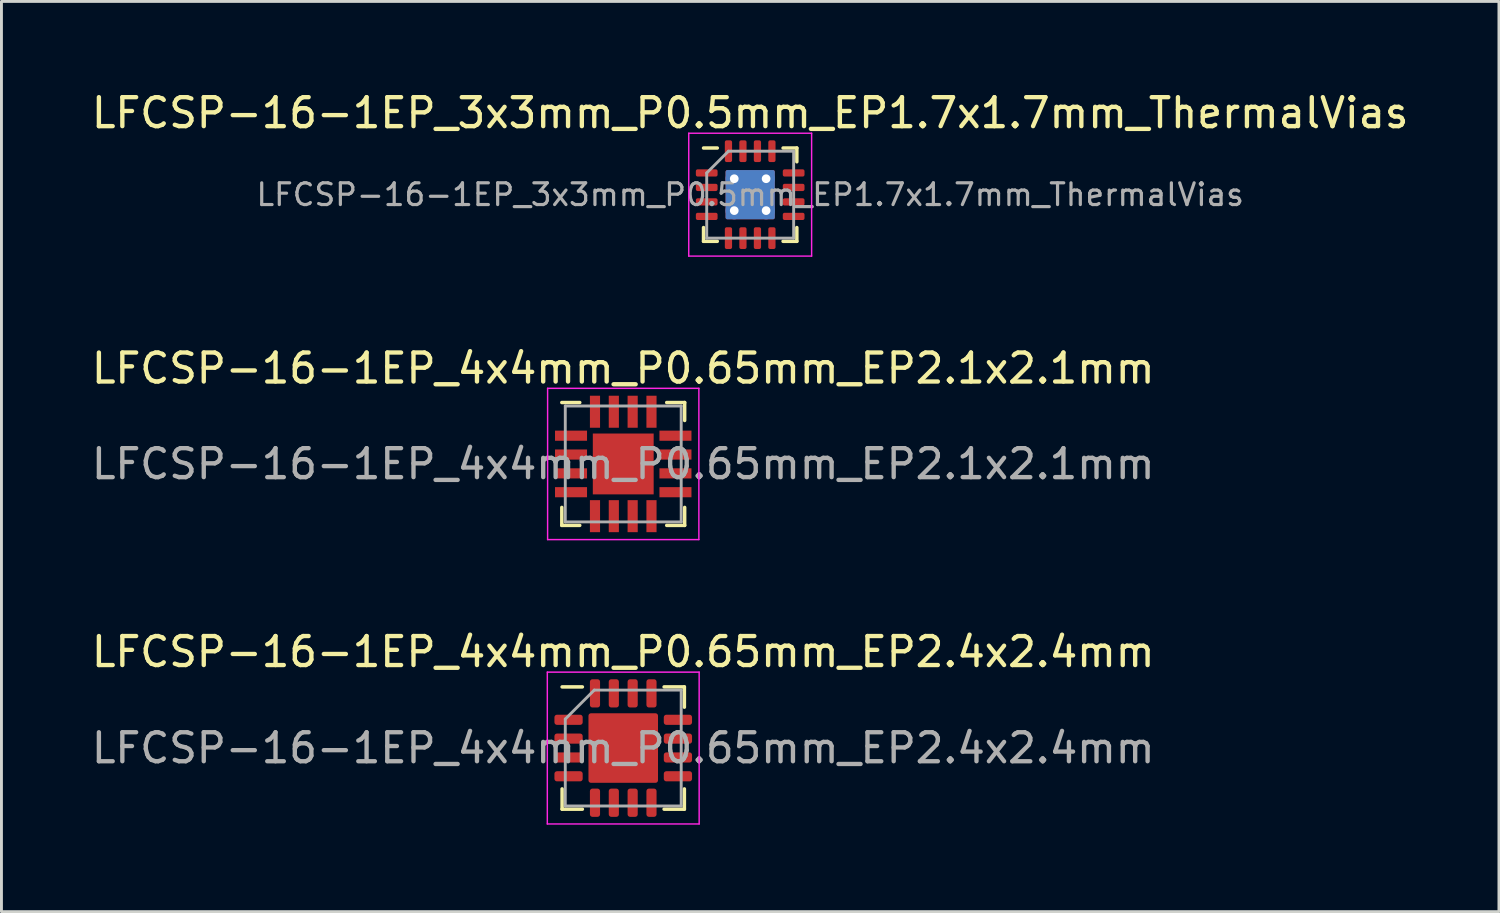
<source format=kicad_pcb>
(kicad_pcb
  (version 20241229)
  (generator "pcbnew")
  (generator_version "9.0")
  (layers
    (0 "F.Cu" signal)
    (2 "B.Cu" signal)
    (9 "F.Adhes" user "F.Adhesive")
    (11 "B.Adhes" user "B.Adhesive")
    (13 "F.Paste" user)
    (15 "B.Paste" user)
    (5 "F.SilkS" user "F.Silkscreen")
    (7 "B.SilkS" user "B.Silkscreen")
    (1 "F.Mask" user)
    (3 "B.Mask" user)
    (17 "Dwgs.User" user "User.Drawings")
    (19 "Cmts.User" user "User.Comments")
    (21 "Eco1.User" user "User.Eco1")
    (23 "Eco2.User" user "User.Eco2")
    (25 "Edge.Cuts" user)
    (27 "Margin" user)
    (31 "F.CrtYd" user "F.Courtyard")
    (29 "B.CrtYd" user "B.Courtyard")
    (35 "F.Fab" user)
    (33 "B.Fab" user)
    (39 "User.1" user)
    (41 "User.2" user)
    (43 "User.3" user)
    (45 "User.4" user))
  (footprint "LFCSP-16-1EP_4x4mm_P0.65mm_EP2.4x2.4mm"
    (layer "F.Cu")
    (at 18.458 22.765)
    (property "Reference" "LFCSP-16-1EP_4x4mm_P0.65mm_EP2.4x2.4mm" (at 0 -3.32 0) (layer "F.SilkS") (effects (font (size 1 1) (thickness 0.15))))
    (attr smd)
    (fp_line (start -2.11 2.11) (end -2.11 1.41) (stroke (width 0.12) (type solid)) (layer "F.SilkS"))
    (fp_line (start -1.41 -2.11) (end -2.11 -2.11) (stroke (width 0.12) (type solid)) (layer "F.SilkS"))
    (fp_line (start -1.41 2.11) (end -2.11 2.11) (stroke (width 0.12) (type solid)) (layer "F.SilkS"))
    (fp_line (start 1.41 -2.11) (end 2.11 -2.11) (stroke (width 0.12) (type solid)) (layer "F.SilkS"))
    (fp_line (start 1.41 2.11) (end 2.11 2.11) (stroke (width 0.12) (type solid)) (layer "F.SilkS"))
    (fp_line (start 2.11 -2.11) (end 2.11 -1.41) (stroke (width 0.12) (type solid)) (layer "F.SilkS"))
    (fp_line (start 2.11 2.11) (end 2.11 1.41) (stroke (width 0.12) (type solid)) (layer "F.SilkS"))
    (fp_line (start -2.62 -2.62) (end -2.62 2.62) (stroke (width 0.05) (type solid)) (layer "F.CrtYd"))
    (fp_line (start -2.62 2.62) (end 2.62 2.62) (stroke (width 0.05) (type solid)) (layer "F.CrtYd"))
    (fp_line (start 2.62 -2.62) (end -2.62 -2.62) (stroke (width 0.05) (type solid)) (layer "F.CrtYd"))
    (fp_line (start 2.62 2.62) (end 2.62 -2.62) (stroke (width 0.05) (type solid)) (layer "F.CrtYd"))
    (fp_line (start -2 -1) (end -1 -2) (stroke (width 0.1) (type solid)) (layer "F.Fab"))
    (fp_line (start -2 2) (end -2 -1) (stroke (width 0.1) (type solid)) (layer "F.Fab"))
    (fp_line (start -1 -2) (end 2 -2) (stroke (width 0.1) (type solid)) (layer "F.Fab"))
    (fp_line (start 2 -2) (end 2 2) (stroke (width 0.1) (type solid)) (layer "F.Fab"))
    (fp_line (start 2 2) (end -2 2) (stroke (width 0.1) (type solid)) (layer "F.Fab"))
    (fp_text user "${REFERENCE}" (at 0 0 0) (layer "F.Fab") (effects (font (size 1 1) (thickness 0.15))))
    (pad "" smd roundrect (at -0.6 -0.6) (size 0.97 0.97) (layers "F.Paste") (roundrect_rratio 0.25))
    (pad "" smd roundrect (at -0.6 0.6) (size 0.97 0.97) (layers "F.Paste") (roundrect_rratio 0.25))
    (pad "" smd roundrect (at 0.6 -0.6) (size 0.97 0.97) (layers "F.Paste") (roundrect_rratio 0.25))
    (pad "" smd roundrect (at 0.6 0.6) (size 0.97 0.97) (layers "F.Paste") (roundrect_rratio 0.25))
    (pad "1" smd roundrect (at -1.887 -0.975) (size 0.975 0.35) (layers "F.Cu" "F.Mask" "F.Paste") (roundrect_rratio 0.25))
    (pad "2" smd roundrect (at -1.887 -0.325) (size 0.975 0.35) (layers "F.Cu" "F.Mask" "F.Paste") (roundrect_rratio 0.25))
    (pad "3" smd roundrect (at -1.887 0.325) (size 0.975 0.35) (layers "F.Cu" "F.Mask" "F.Paste") (roundrect_rratio 0.25))
    (pad "4" smd roundrect (at -1.887 0.975) (size 0.975 0.35) (layers "F.Cu" "F.Mask" "F.Paste") (roundrect_rratio 0.25))
    (pad "5" smd roundrect (at -0.975 1.887) (size 0.35 0.975) (layers "F.Cu" "F.Mask" "F.Paste") (roundrect_rratio 0.25))
    (pad "6" smd roundrect (at -0.325 1.887) (size 0.35 0.975) (layers "F.Cu" "F.Mask" "F.Paste") (roundrect_rratio 0.25))
    (pad "7" smd roundrect (at 0.325 1.887) (size 0.35 0.975) (layers "F.Cu" "F.Mask" "F.Paste") (roundrect_rratio 0.25))
    (pad "8" smd roundrect (at 0.975 1.887) (size 0.35 0.975) (layers "F.Cu" "F.Mask" "F.Paste") (roundrect_rratio 0.25))
    (pad "9" smd roundrect (at 1.887 0.975) (size 0.975 0.35) (layers "F.Cu" "F.Mask" "F.Paste") (roundrect_rratio 0.25))
    (pad "10" smd roundrect (at 1.887 0.325) (size 0.975 0.35) (layers "F.Cu" "F.Mask" "F.Paste") (roundrect_rratio 0.25))
    (pad "11" smd roundrect (at 1.887 -0.325) (size 0.975 0.35) (layers "F.Cu" "F.Mask" "F.Paste") (roundrect_rratio 0.25))
    (pad "12" smd roundrect (at 1.887 -0.975) (size 0.975 0.35) (layers "F.Cu" "F.Mask" "F.Paste") (roundrect_rratio 0.25))
    (pad "13" smd roundrect (at 0.975 -1.887) (size 0.35 0.975) (layers "F.Cu" "F.Mask" "F.Paste") (roundrect_rratio 0.25))
    (pad "14" smd roundrect (at 0.325 -1.887) (size 0.35 0.975) (layers "F.Cu" "F.Mask" "F.Paste") (roundrect_rratio 0.25))
    (pad "15" smd roundrect (at -0.325 -1.887) (size 0.35 0.975) (layers "F.Cu" "F.Mask" "F.Paste") (roundrect_rratio 0.25))
    (pad "16" smd roundrect (at -0.975 -1.887) (size 0.35 0.975) (layers "F.Cu" "F.Mask" "F.Paste") (roundrect_rratio 0.25))
    (pad "17" smd roundrect (at 0 0) (size 2.4 2.4) (layers "F.Cu" "F.Mask") (roundrect_rratio 0.036)))
  (footprint "LFCSP-16-1EP_3x3mm_P0.5mm_EP1.7x1.7mm_ThermalVias"
    (layer "F.Cu")
    (at 22.839 3.668)
    (property "Reference" "LFCSP-16-1EP_3x3mm_P0.5mm_EP1.7x1.7mm_ThermalVias" (at 0 -2.82 0) (layer "F.SilkS") (effects (font (size 1 1) (thickness 0.15))))
    (attr smd)
    (fp_line (start -1.61 1.61) (end -1.61 1.135) (stroke (width 0.12) (type solid)) (layer "F.SilkS"))
    (fp_line (start -1.135 -1.61) (end -1.61 -1.61) (stroke (width 0.12) (type solid)) (layer "F.SilkS"))
    (fp_line (start -1.135 1.61) (end -1.61 1.61) (stroke (width 0.12) (type solid)) (layer "F.SilkS"))
    (fp_line (start 1.135 -1.61) (end 1.61 -1.61) (stroke (width 0.12) (type solid)) (layer "F.SilkS"))
    (fp_line (start 1.135 1.61) (end 1.61 1.61) (stroke (width 0.12) (type solid)) (layer "F.SilkS"))
    (fp_line (start 1.61 -1.61) (end 1.61 -1.135) (stroke (width 0.12) (type solid)) (layer "F.SilkS"))
    (fp_line (start 1.61 1.61) (end 1.61 1.135) (stroke (width 0.12) (type solid)) (layer "F.SilkS"))
    (fp_line (start -2.12 -2.12) (end -2.12 2.12) (stroke (width 0.05) (type solid)) (layer "F.CrtYd"))
    (fp_line (start -2.12 2.12) (end 2.12 2.12) (stroke (width 0.05) (type solid)) (layer "F.CrtYd"))
    (fp_line (start 2.12 -2.12) (end -2.12 -2.12) (stroke (width 0.05) (type solid)) (layer "F.CrtYd"))
    (fp_line (start 2.12 2.12) (end 2.12 -2.12) (stroke (width 0.05) (type solid)) (layer "F.CrtYd"))
    (fp_line (start -1.5 -0.75) (end -0.75 -1.5) (stroke (width 0.1) (type solid)) (layer "F.Fab"))
    (fp_line (start -1.5 1.5) (end -1.5 -0.75) (stroke (width 0.1) (type solid)) (layer "F.Fab"))
    (fp_line (start -0.75 -1.5) (end 1.5 -1.5) (stroke (width 0.1) (type solid)) (layer "F.Fab"))
    (fp_line (start 1.5 -1.5) (end 1.5 1.5) (stroke (width 0.1) (type solid)) (layer "F.Fab"))
    (fp_line (start 1.5 1.5) (end -1.5 1.5) (stroke (width 0.1) (type solid)) (layer "F.Fab"))
    (fp_text user "${REFERENCE}" (at 0 0 0) (layer "F.Fab") (effects (font (size 0.75 0.75) (thickness 0.11))))
    (pad "" smd roundrect (at -0.425 -0.425) (size 0.74 0.74) (layers "F.Paste") (roundrect_rratio 0.25))
    (pad "" smd roundrect (at -0.425 0.425) (size 0.74 0.74) (layers "F.Paste") (roundrect_rratio 0.25))
    (pad "" smd roundrect (at 0.425 -0.425) (size 0.74 0.74) (layers "F.Paste") (roundrect_rratio 0.25))
    (pad "" smd roundrect (at 0.425 0.425) (size 0.74 0.74) (layers "F.Paste") (roundrect_rratio 0.25))
    (pad "1" smd roundrect (at -1.5 -0.75) (size 0.75 0.25) (layers "F.Cu" "F.Mask" "F.Paste") (roundrect_rratio 0.25))
    (pad "2" smd roundrect (at -1.5 -0.25) (size 0.75 0.25) (layers "F.Cu" "F.Mask" "F.Paste") (roundrect_rratio 0.25))
    (pad "3" smd roundrect (at -1.5 0.25) (size 0.75 0.25) (layers "F.Cu" "F.Mask" "F.Paste") (roundrect_rratio 0.25))
    (pad "4" smd roundrect (at -1.5 0.75) (size 0.75 0.25) (layers "F.Cu" "F.Mask" "F.Paste") (roundrect_rratio 0.25))
    (pad "5" smd roundrect (at -0.75 1.5) (size 0.25 0.75) (layers "F.Cu" "F.Mask" "F.Paste") (roundrect_rratio 0.25))
    (pad "6" smd roundrect (at -0.25 1.5) (size 0.25 0.75) (layers "F.Cu" "F.Mask" "F.Paste") (roundrect_rratio 0.25))
    (pad "7" smd roundrect (at 0.25 1.5) (size 0.25 0.75) (layers "F.Cu" "F.Mask" "F.Paste") (roundrect_rratio 0.25))
    (pad "8" smd roundrect (at 0.75 1.5) (size 0.25 0.75) (layers "F.Cu" "F.Mask" "F.Paste") (roundrect_rratio 0.25))
    (pad "9" smd roundrect (at 1.5 0.75) (size 0.75 0.25) (layers "F.Cu" "F.Mask" "F.Paste") (roundrect_rratio 0.25))
    (pad "10" smd roundrect (at 1.5 0.25) (size 0.75 0.25) (layers "F.Cu" "F.Mask" "F.Paste") (roundrect_rratio 0.25))
    (pad "11" smd roundrect (at 1.5 -0.25) (size 0.75 0.25) (layers "F.Cu" "F.Mask" "F.Paste") (roundrect_rratio 0.25))
    (pad "12" smd roundrect (at 1.5 -0.75) (size 0.75 0.25) (layers "F.Cu" "F.Mask" "F.Paste") (roundrect_rratio 0.25))
    (pad "13" smd roundrect (at 0.75 -1.5) (size 0.25 0.75) (layers "F.Cu" "F.Mask" "F.Paste") (roundrect_rratio 0.25))
    (pad "14" smd roundrect (at 0.25 -1.5) (size 0.25 0.75) (layers "F.Cu" "F.Mask" "F.Paste") (roundrect_rratio 0.25))
    (pad "15" smd roundrect (at -0.25 -1.5) (size 0.25 0.75) (layers "F.Cu" "F.Mask" "F.Paste") (roundrect_rratio 0.25))
    (pad "16" smd roundrect (at -0.75 -1.5) (size 0.25 0.75) (layers "F.Cu" "F.Mask" "F.Paste") (roundrect_rratio 0.25))
    (pad "17" thru_hole circle (at -0.55 -0.55) (size 0.6 0.6) (drill 0.3) (layers "*.Cu"))
    (pad "17" thru_hole circle (at -0.55 0.55) (size 0.6 0.6) (drill 0.3) (layers "*.Cu"))
    (pad "17" smd roundrect (at 0 0) (size 1.7 1.7) (layers "F.Cu" "F.Mask") (roundrect_rratio 0.037))
    (pad "17" smd roundrect (at 0 0) (size 1.7 1.7) (layers "B.Cu") (roundrect_rratio 0.037))
    (pad "17" thru_hole circle (at 0.55 -0.55) (size 0.6 0.6) (drill 0.3) (layers "*.Cu"))
    (pad "17" thru_hole circle (at 0.55 0.55) (size 0.6 0.6) (drill 0.3) (layers "*.Cu")))
  (footprint "LFCSP-16-1EP_4x4mm_P0.65mm_EP2.1x2.1mm"
    (layer "F.Cu")
    (at 18.458 12.961)
    (property "Reference" "LFCSP-16-1EP_4x4mm_P0.65mm_EP2.1x2.1mm" (at 0 -3.3 0) (layer "F.SilkS") (effects (font (size 1 1) (thickness 0.15))))
    (attr smd)
    (fp_line (start -2.12 2.12) (end -2.12 1.5) (stroke (width 0.12) (type solid)) (layer "F.SilkS"))
    (fp_line (start -1.5 -2.12) (end -2.12 -2.12) (stroke (width 0.12) (type solid)) (layer "F.SilkS"))
    (fp_line (start -1.5 2.12) (end -2.12 2.12) (stroke (width 0.12) (type solid)) (layer "F.SilkS"))
    (fp_line (start 1.5 -2.12) (end 2.12 -2.12) (stroke (width 0.12) (type solid)) (layer "F.SilkS"))
    (fp_line (start 1.5 2.12) (end 2.12 2.12) (stroke (width 0.12) (type solid)) (layer "F.SilkS"))
    (fp_line (start 2.12 -2.12) (end 2.12 -1.5) (stroke (width 0.12) (type solid)) (layer "F.SilkS"))
    (fp_line (start 2.12 2.12) (end 2.12 1.5) (stroke (width 0.12) (type solid)) (layer "F.SilkS"))
    (fp_line (start -2.61 -2.61) (end 2.61 -2.61) (stroke (width 0.05) (type solid)) (layer "F.CrtYd"))
    (fp_line (start -2.61 2.61) (end -2.61 -2.61) (stroke (width 0.05) (type solid)) (layer "F.CrtYd"))
    (fp_line (start 2.61 -2.61) (end 2.61 2.61) (stroke (width 0.05) (type solid)) (layer "F.CrtYd"))
    (fp_line (start 2.61 2.61) (end -2.61 2.61) (stroke (width 0.05) (type solid)) (layer "F.CrtYd"))
    (fp_line (start -2 -2) (end 2 -2) (stroke (width 0.1) (type solid)) (layer "F.Fab"))
    (fp_line (start -2 2) (end -2 -2) (stroke (width 0.1) (type solid)) (layer "F.Fab"))
    (fp_line (start 2 -2) (end 2 2) (stroke (width 0.1) (type solid)) (layer "F.Fab"))
    (fp_line (start 2 2) (end -2 2) (stroke (width 0.1) (type solid)) (layer "F.Fab"))
    (fp_text user "${REFERENCE}" (at 0 0 0) (layer "F.Fab") (effects (font (size 1 1) (thickness 0.15))))
    (pad "" smd rect (at -0.525 -0.525) (size 0.9 0.9) (layers "F.Paste"))
    (pad "" smd rect (at -0.525 0.525) (size 0.9 0.9) (layers "F.Paste"))
    (pad "" smd rect (at 0.525 -0.525) (size 0.9 0.9) (layers "F.Paste"))
    (pad "" smd rect (at 0.525 0.525) (size 0.9 0.9) (layers "F.Paste"))
    (pad "1" smd rect (at -1.802 -0.975) (size 1.105 0.35) (layers "F.Cu" "F.Mask" "F.Paste"))
    (pad "2" smd rect (at -1.802 -0.325) (size 1.105 0.35) (layers "F.Cu" "F.Mask" "F.Paste"))
    (pad "3" smd rect (at -1.802 0.325) (size 1.105 0.35) (layers "F.Cu" "F.Mask" "F.Paste"))
    (pad "4" smd rect (at -1.802 0.975) (size 1.105 0.35) (layers "F.Cu" "F.Mask" "F.Paste"))
    (pad "5" smd rect (at -0.975 1.802) (size 0.35 1.105) (layers "F.Cu" "F.Mask" "F.Paste"))
    (pad "6" smd rect (at -0.325 1.802) (size 0.35 1.105) (layers "F.Cu" "F.Mask" "F.Paste"))
    (pad "7" smd rect (at 0.325 1.802) (size 0.35 1.105) (layers "F.Cu" "F.Mask" "F.Paste"))
    (pad "8" smd rect (at 0.975 1.802) (size 0.35 1.105) (layers "F.Cu" "F.Mask" "F.Paste"))
    (pad "9" smd rect (at 1.802 0.975) (size 1.105 0.35) (layers "F.Cu" "F.Mask" "F.Paste"))
    (pad "10" smd rect (at 1.802 0.325) (size 1.105 0.35) (layers "F.Cu" "F.Mask" "F.Paste"))
    (pad "11" smd rect (at 1.802 -0.325) (size 1.105 0.35) (layers "F.Cu" "F.Mask" "F.Paste"))
    (pad "12" smd rect (at 1.802 -0.975) (size 1.105 0.35) (layers "F.Cu" "F.Mask" "F.Paste"))
    (pad "13" smd rect (at 0.975 -1.802) (size 0.35 1.105) (layers "F.Cu" "F.Mask" "F.Paste"))
    (pad "14" smd rect (at 0.325 -1.802) (size 0.35 1.105) (layers "F.Cu" "F.Mask" "F.Paste"))
    (pad "15" smd rect (at -0.325 -1.802) (size 0.35 1.105) (layers "F.Cu" "F.Mask" "F.Paste"))
    (pad "16" smd rect (at -0.975 -1.802) (size 0.35 1.105) (layers "F.Cu" "F.Mask" "F.Paste"))
    (pad "17" smd rect (at 0 0) (size 2.1 2.1) (layers "F.Cu" "F.Mask")))
  (gr_rect
    (start -3 -3)
    (end 48.679 28.41)
    (stroke (width 0.1) (type default))
    (fill no)
    (layer "Edge.Cuts")))
</source>
